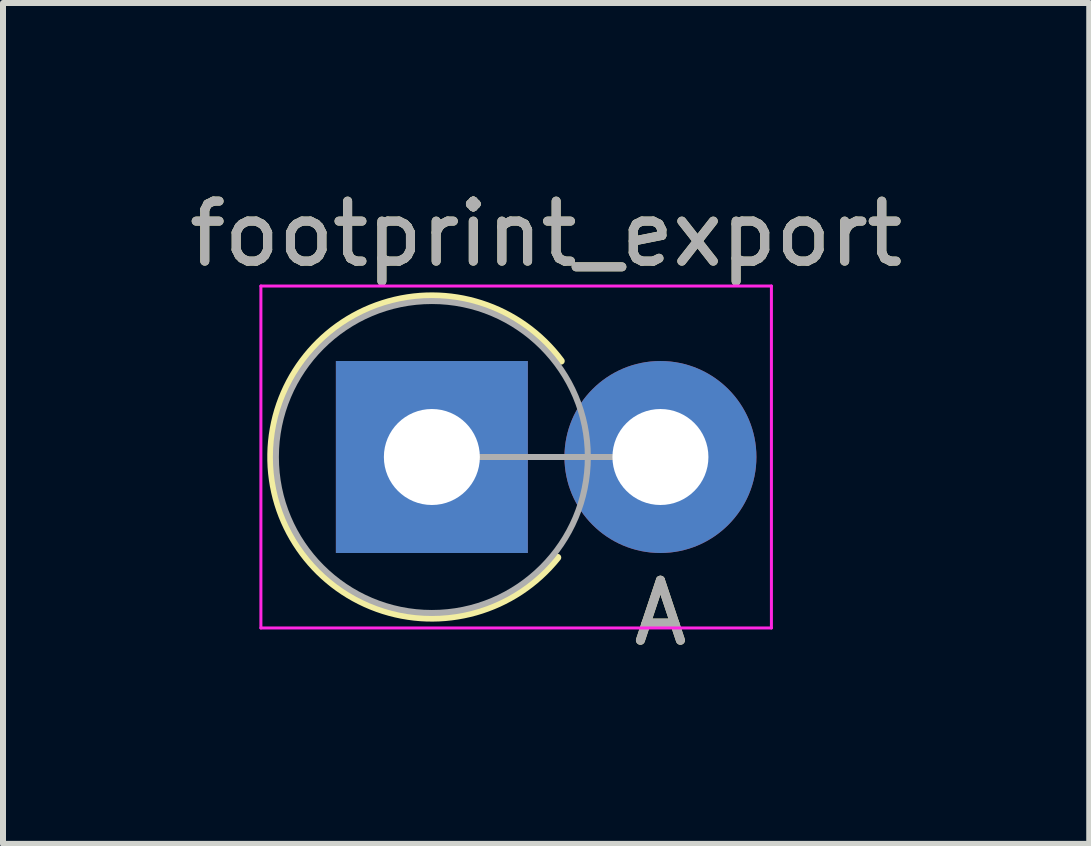
<source format=kicad_pcb>
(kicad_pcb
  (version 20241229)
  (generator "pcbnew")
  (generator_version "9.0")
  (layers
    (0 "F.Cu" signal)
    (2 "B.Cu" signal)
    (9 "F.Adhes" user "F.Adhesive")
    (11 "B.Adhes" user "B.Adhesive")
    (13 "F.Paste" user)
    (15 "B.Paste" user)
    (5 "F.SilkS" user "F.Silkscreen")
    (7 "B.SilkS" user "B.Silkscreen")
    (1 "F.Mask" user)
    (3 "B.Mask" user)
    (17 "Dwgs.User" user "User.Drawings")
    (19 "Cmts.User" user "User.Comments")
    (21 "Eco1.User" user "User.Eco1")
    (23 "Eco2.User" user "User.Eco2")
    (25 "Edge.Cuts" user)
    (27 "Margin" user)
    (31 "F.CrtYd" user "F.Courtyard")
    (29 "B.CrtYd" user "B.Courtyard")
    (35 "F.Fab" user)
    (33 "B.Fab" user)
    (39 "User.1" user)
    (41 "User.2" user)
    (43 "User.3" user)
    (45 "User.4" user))
  (footprint "footprint_export"
    (layer "F.Cu")
    (at 4.149 4.568)
    (property "Reference" "footprint_export" (at 1.905 -3.72 0) (layer "F.SilkS") (effects (font (size 1 1) (thickness 0.15))))
    (attr through_hole)
    (fp_arc (start 2.096636 1.675386) (mid -2.683382 -0.047582) (end 2.154716 -1.6) (stroke (width 0.12) (type solid)) (layer "F.SilkS"))
    (fp_line (start -2.85 -2.85) (end -2.85 2.85) (stroke (width 0.05) (type solid)) (layer "F.CrtYd"))
    (fp_line (start -2.85 2.85) (end 5.66 2.85) (stroke (width 0.05) (type solid)) (layer "F.CrtYd"))
    (fp_line (start 5.66 -2.85) (end -2.85 -2.85) (stroke (width 0.05) (type solid)) (layer "F.CrtYd"))
    (fp_line (start 5.66 2.85) (end 5.66 -2.85) (stroke (width 0.05) (type solid)) (layer "F.CrtYd"))
    (fp_line (start 0 0) (end 3.81 0) (stroke (width 0.1) (type solid)) (layer "F.Fab"))
    (fp_circle (center 0 0) (end 2.6 0) (stroke (width 0.1) (type solid)) (fill no) (layer "F.Fab"))
    (fp_text user "A" (at 3.81 2.6 0) (layer "F.SilkS") (effects (font (size 1 1) (thickness 0.15))))
    (fp_text user "A" (at 3.81 2.6 0) (layer "F.Fab") (effects (font (size 1 1) (thickness 0.15))))
    (fp_text user "${REFERENCE}" (at 1.905 -3.72 0) (layer "F.Fab") (effects (font (size 1 1) (thickness 0.15))))
    (pad "1" thru_hole rect (at 0 0) (size 3.2 3.2) (drill 1.6) (layers "*.Cu" "*.Mask"))
    (pad "2" thru_hole oval (at 3.81 0) (size 3.2 3.2) (drill 1.6) (layers "*.Cu" "*.Mask")))
  (gr_rect
    (start -3 -3)
    (end 15.107 11.017)
    (stroke (width 0.1) (type default))
    (fill no)
    (layer "Edge.Cuts")))
</source>
